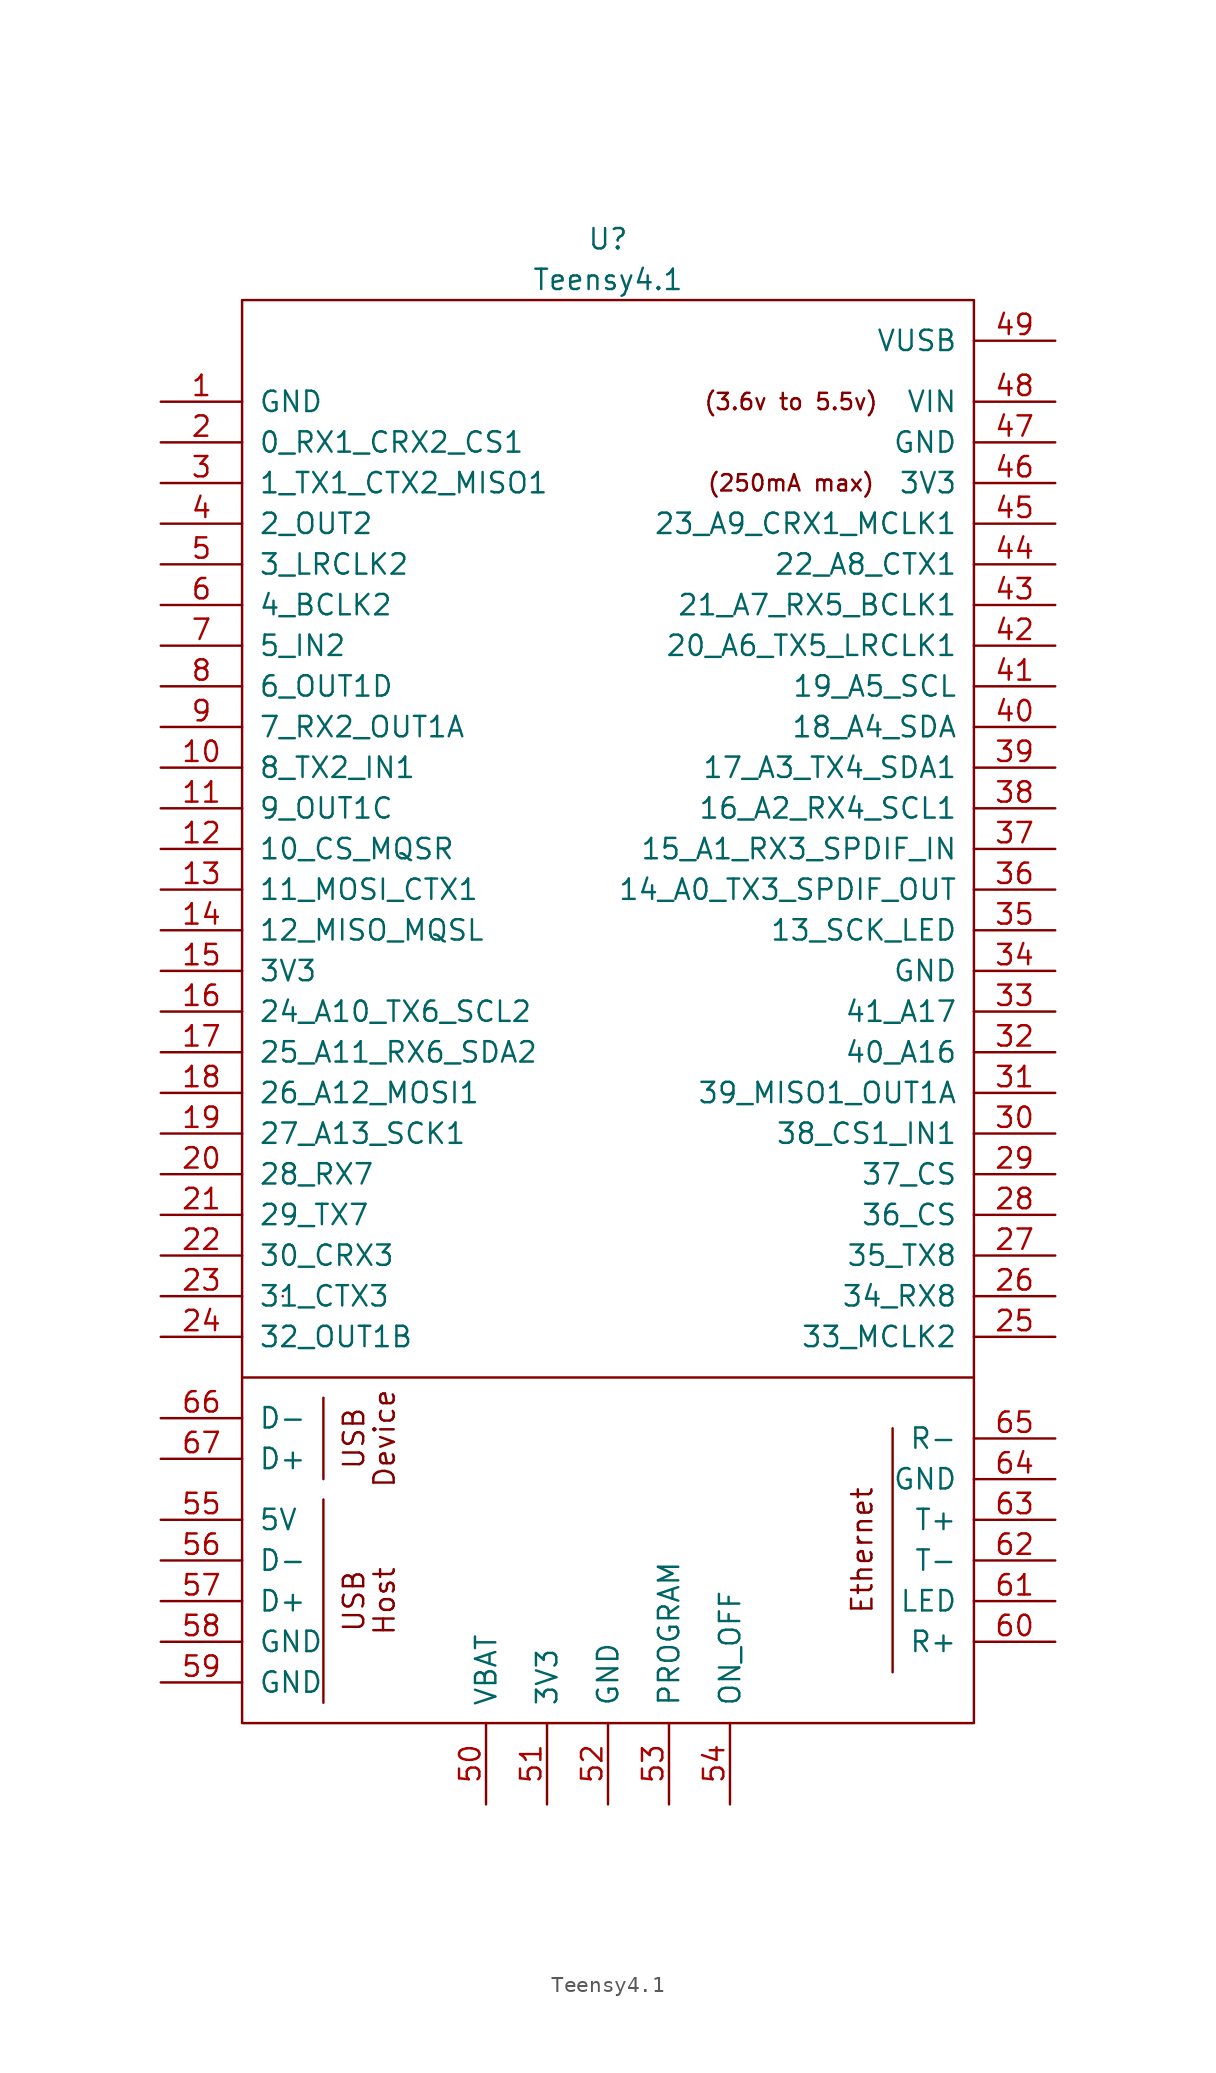
<source format=kicad_sym>
(kicad_symbol_lib
  (version 20211014)
  (generator kicad_symbol_editor)
  (symbol "Teensy4.1"
    (pin_names
      (offset 1.016))
    (property "Reference" "U"
      (at 0 64.77 0)
      (effects (font (size 1.27 1.27))))
    (property "Value" "Teensy4.1"
      (at 0 62.23 0)
      (effects (font (size 1.27 1.27))))
    (symbol "Teensy4.1_0_0"
      (polyline (pts (xy -22.86 -6.35) (xy 22.86 -6.35)) (stroke (width 0) (type default) (color 0 0 0 0)) (fill (type none)))
      (polyline (pts (xy -17.78 -26.67) (xy -17.78 -13.97)) (stroke (width 0) (type default) (color 0 0 0 0)) (fill (type none)))
      (polyline (pts (xy -17.78 -7.62) (xy -17.78 -12.7)) (stroke (width 0) (type default) (color 0 0 0 0)) (fill (type none)))
      (polyline (pts (xy 17.78 -9.525) (xy 17.78 -24.765)) (stroke (width 0) (type default) (color 0 0 0 0)) (fill (type none)))
      (text "(250mA max)" (at 11.43 49.53 0) (effects (font (size 1.016 1.016))))
      (text "(3.6v to 5.5v)" (at 11.43 54.61 0) (effects (font (size 1.016 1.016))))
      (text "Device" (at -13.97 -10.16 900) (effects (font (size 1.27 1.27))))
      (text "Ethernet" (at 15.875 -17.145 900) (effects (font (size 1.27 1.27))))
      (text "Host" (at -13.97 -20.32 900) (effects (font (size 1.27 1.27))))
      (text "USB" (at -15.875 -20.32 900) (effects (font (size 1.27 1.27))))
      (text "USB" (at -15.875 -10.16 900) (effects (font (size 1.27 1.27))))
      (pin bidirectional line (at -27.94 31.75 0) (length 5.08) (name "8_TX2_IN1" (effects (font (size 1.27 1.27)))) (number "10" (effects (font (size 1.27 1.27)))))
      (pin bidirectional line (at -27.94 29.21 0) (length 5.08) (name "9_OUT1C" (effects (font (size 1.27 1.27)))) (number "11" (effects (font (size 1.27 1.27)))))
      (pin bidirectional line (at -27.94 26.67 0) (length 5.08) (name "10_CS_MQSR" (effects (font (size 1.27 1.27)))) (number "12" (effects (font (size 1.27 1.27)))))
      (pin bidirectional line (at -27.94 24.13 0) (length 5.08) (name "11_MOSI_CTX1" (effects (font (size 1.27 1.27)))) (number "13" (effects (font (size 1.27 1.27)))))
      (pin bidirectional line (at -27.94 21.59 0) (length 5.08) (name "12_MISO_MQSL" (effects (font (size 1.27 1.27)))) (number "14" (effects (font (size 1.27 1.27)))))
      (pin power_in line (at -27.94 19.05 0) (length 5.08) (name "3V3" (effects (font (size 1.27 1.27)))) (number "15" (effects (font (size 1.27 1.27)))))
      (pin bidirectional line (at -27.94 16.51 0) (length 5.08) (name "24_A10_TX6_SCL2" (effects (font (size 1.27 1.27)))) (number "16" (effects (font (size 1.27 1.27)))))
      (pin bidirectional line (at -27.94 13.97 0) (length 5.08) (name "25_A11_RX6_SDA2" (effects (font (size 1.27 1.27)))) (number "17" (effects (font (size 1.27 1.27)))))
      (pin bidirectional line (at -27.94 11.43 0) (length 5.08) (name "26_A12_MOSI1" (effects (font (size 1.27 1.27)))) (number "18" (effects (font (size 1.27 1.27)))))
      (pin bidirectional line (at -27.94 8.89 0) (length 5.08) (name "27_A13_SCK1" (effects (font (size 1.27 1.27)))) (number "19" (effects (font (size 1.27 1.27)))))
      (pin bidirectional line (at -27.94 6.35 0) (length 5.08) (name "28_RX7" (effects (font (size 1.27 1.27)))) (number "20" (effects (font (size 1.27 1.27)))))
      (pin bidirectional line (at -27.94 3.81 0) (length 5.08) (name "29_TX7" (effects (font (size 1.27 1.27)))) (number "21" (effects (font (size 1.27 1.27)))))
      (pin bidirectional line (at -27.94 1.27 0) (length 5.08) (name "30_CRX3" (effects (font (size 1.27 1.27)))) (number "22" (effects (font (size 1.27 1.27)))))
      (pin bidirectional line (at -27.94 -1.27 0) (length 5.08) (name "31_CTX3" (effects (font (size 1.27 1.27)))) (number "23" (effects (font (size 1.27 1.27)))))
      (pin bidirectional line (at -27.94 -3.81 0) (length 5.08) (name "32_OUT1B" (effects (font (size 1.27 1.27)))) (number "24" (effects (font (size 1.27 1.27)))))
      (pin bidirectional line (at 27.94 -3.81 180) (length 5.08) (name "33_MCLK2" (effects (font (size 1.27 1.27)))) (number "25" (effects (font (size 1.27 1.27)))))
      (pin bidirectional line (at 27.94 -1.27 180) (length 5.08) (name "34_RX8" (effects (font (size 1.27 1.27)))) (number "26" (effects (font (size 1.27 1.27)))))
      (pin bidirectional line (at 27.94 1.27 180) (length 5.08) (name "35_TX8" (effects (font (size 1.27 1.27)))) (number "27" (effects (font (size 1.27 1.27)))))
      (pin bidirectional line (at 27.94 3.81 180) (length 5.08) (name "36_CS" (effects (font (size 1.27 1.27)))) (number "28" (effects (font (size 1.27 1.27)))))
      (pin bidirectional line (at 27.94 6.35 180) (length 5.08) (name "37_CS" (effects (font (size 1.27 1.27)))) (number "29" (effects (font (size 1.27 1.27)))))
      (pin bidirectional line (at 27.94 8.89 180) (length 5.08) (name "38_CS1_IN1" (effects (font (size 1.27 1.27)))) (number "30" (effects (font (size 1.27 1.27)))))
      (pin bidirectional line (at 27.94 11.43 180) (length 5.08) (name "39_MISO1_OUT1A" (effects (font (size 1.27 1.27)))) (number "31" (effects (font (size 1.27 1.27)))))
      (pin bidirectional line (at 27.94 13.97 180) (length 5.08) (name "40_A16" (effects (font (size 1.27 1.27)))) (number "32" (effects (font (size 1.27 1.27)))))
      (pin bidirectional line (at 27.94 16.51 180) (length 5.08) (name "41_A17" (effects (font (size 1.27 1.27)))) (number "33" (effects (font (size 1.27 1.27)))))
      (pin bidirectional line (at 27.94 21.59 180) (length 5.08) (name "13_SCK_LED" (effects (font (size 1.27 1.27)))) (number "35" (effects (font (size 1.27 1.27)))))
      (pin bidirectional line (at 27.94 24.13 180) (length 5.08) (name "14_A0_TX3_SPDIF_OUT" (effects (font (size 1.27 1.27)))) (number "36" (effects (font (size 1.27 1.27)))))
      (pin bidirectional line (at 27.94 26.67 180) (length 5.08) (name "15_A1_RX3_SPDIF_IN" (effects (font (size 1.27 1.27)))) (number "37" (effects (font (size 1.27 1.27)))))
      (pin bidirectional line (at 27.94 29.21 180) (length 5.08) (name "16_A2_RX4_SCL1" (effects (font (size 1.27 1.27)))) (number "38" (effects (font (size 1.27 1.27)))))
      (pin bidirectional line (at 27.94 31.75 180) (length 5.08) (name "17_A3_TX4_SDA1" (effects (font (size 1.27 1.27)))) (number "39" (effects (font (size 1.27 1.27)))))
      (pin bidirectional line (at 27.94 34.29 180) (length 5.08) (name "18_A4_SDA" (effects (font (size 1.27 1.27)))) (number "40" (effects (font (size 1.27 1.27)))))
      (pin bidirectional line (at 27.94 36.83 180) (length 5.08) (name "19_A5_SCL" (effects (font (size 1.27 1.27)))) (number "41" (effects (font (size 1.27 1.27)))))
      (pin bidirectional line (at 27.94 39.37 180) (length 5.08) (name "20_A6_TX5_LRCLK1" (effects (font (size 1.27 1.27)))) (number "42" (effects (font (size 1.27 1.27)))))
      (pin bidirectional line (at 27.94 41.91 180) (length 5.08) (name "21_A7_RX5_BCLK1" (effects (font (size 1.27 1.27)))) (number "43" (effects (font (size 1.27 1.27)))))
      (pin bidirectional line (at 27.94 44.45 180) (length 5.08) (name "22_A8_CTX1" (effects (font (size 1.27 1.27)))) (number "44" (effects (font (size 1.27 1.27)))))
      (pin bidirectional line (at 27.94 46.99 180) (length 5.08) (name "23_A9_CRX1_MCLK1" (effects (font (size 1.27 1.27)))) (number "45" (effects (font (size 1.27 1.27)))))
      (pin output line (at 27.94 49.53 180) (length 5.08) (name "3V3" (effects (font (size 1.27 1.27)))) (number "46" (effects (font (size 1.27 1.27)))))
      (pin output line (at 27.94 52.07 180) (length 5.08) (name "GND" (effects (font (size 1.27 1.27)))) (number "47" (effects (font (size 1.27 1.27)))))
      (pin power_in line (at 27.94 54.61 180) (length 5.08) (name "VIN" (effects (font (size 1.27 1.27)))) (number "48" (effects (font (size 1.27 1.27)))))
      (pin power_out line (at 27.94 58.42 180) (length 5.08) (name "VUSB" (effects (font (size 1.27 1.27)))) (number "49" (effects (font (size 1.27 1.27)))))
      (pin bidirectional line (at -27.94 44.45 0) (length 5.08) (name "3_LRCLK2" (effects (font (size 1.27 1.27)))) (number "5" (effects (font (size 1.27 1.27)))))
      (pin power_in line (at -7.62 -33.02 90) (length 5.08) (name "VBAT" (effects (font (size 1.27 1.27)))) (number "50" (effects (font (size 1.27 1.27)))))
      (pin power_in line (at -3.81 -33.02 90) (length 5.08) (name "3V3" (effects (font (size 1.27 1.27)))) (number "51" (effects (font (size 1.27 1.27)))))
      (pin input line (at 0 -33.02 90) (length 5.08) (name "GND" (effects (font (size 1.27 1.27)))) (number "52" (effects (font (size 1.27 1.27)))))
      (pin input line (at 3.81 -33.02 90) (length 5.08) (name "PROGRAM" (effects (font (size 1.27 1.27)))) (number "53" (effects (font (size 1.27 1.27)))))
      (pin input line (at 7.62 -33.02 90) (length 5.08) (name "ON_OFF" (effects (font (size 1.27 1.27)))) (number "54" (effects (font (size 1.27 1.27)))))
      (pin power_out line (at -27.94 -15.24 0) (length 5.08) (name "5V" (effects (font (size 1.27 1.27)))) (number "55" (effects (font (size 1.27 1.27)))))
      (pin bidirectional line (at -27.94 -17.78 0) (length 5.08) (name "D-" (effects (font (size 1.27 1.27)))) (number "56" (effects (font (size 1.27 1.27)))))
      (pin bidirectional line (at -27.94 -20.32 0) (length 5.08) (name "D+" (effects (font (size 1.27 1.27)))) (number "57" (effects (font (size 1.27 1.27)))))
      (pin power_in line (at -27.94 -22.86 0) (length 5.08) (name "GND" (effects (font (size 1.27 1.27)))) (number "58" (effects (font (size 1.27 1.27)))))
      (pin power_in line (at -27.94 -25.4 0) (length 5.08) (name "GND" (effects (font (size 1.27 1.27)))) (number "59" (effects (font (size 1.27 1.27)))))
      (pin bidirectional line (at -27.94 41.91 0) (length 5.08) (name "4_BCLK2" (effects (font (size 1.27 1.27)))) (number "6" (effects (font (size 1.27 1.27)))))
      (pin bidirectional line (at 27.94 -22.86 180) (length 5.08) (name "R+" (effects (font (size 1.27 1.27)))) (number "60" (effects (font (size 1.27 1.27)))))
      (pin bidirectional line (at 27.94 -20.32 180) (length 5.08) (name "LED" (effects (font (size 1.27 1.27)))) (number "61" (effects (font (size 1.27 1.27)))))
      (pin bidirectional line (at 27.94 -17.78 180) (length 5.08) (name "T-" (effects (font (size 1.27 1.27)))) (number "62" (effects (font (size 1.27 1.27)))))
      (pin bidirectional line (at 27.94 -15.24 180) (length 5.08) (name "T+" (effects (font (size 1.27 1.27)))) (number "63" (effects (font (size 1.27 1.27)))))
      (pin power_in line (at 27.94 -12.7 180) (length 5.08) (name "GND" (effects (font (size 1.27 1.27)))) (number "64" (effects (font (size 1.27 1.27)))))
      (pin bidirectional line (at 27.94 -10.16 180) (length 5.08) (name "R-" (effects (font (size 1.27 1.27)))) (number "65" (effects (font (size 1.27 1.27)))))
      (pin bidirectional line (at -27.94 -8.89 0) (length 5.08) (name "D-" (effects (font (size 1.27 1.27)))) (number "66" (effects (font (size 1.27 1.27)))))
      (pin bidirectional line (at -27.94 -11.43 0) (length 5.08) (name "D+" (effects (font (size 1.27 1.27)))) (number "67" (effects (font (size 1.27 1.27)))))
      (pin bidirectional line (at -27.94 39.37 0) (length 5.08) (name "5_IN2" (effects (font (size 1.27 1.27)))) (number "7" (effects (font (size 1.27 1.27)))))
      (pin bidirectional line (at -27.94 36.83 0) (length 5.08) (name "6_OUT1D" (effects (font (size 1.27 1.27)))) (number "8" (effects (font (size 1.27 1.27)))))
      (pin bidirectional line (at -27.94 34.29 0) (length 5.08) (name "7_RX2_OUT1A" (effects (font (size 1.27 1.27)))) (number "9" (effects (font (size 1.27 1.27))))))
    (symbol "Teensy4.1_0_1"
      (rectangle (start -22.86 60.96) (end 22.86 -27.94) (stroke (width 0) (type default) (color 0 0 0 0)) (fill (type none)))
      (rectangle (start -20.32 -1.27) (end -20.32 -1.27) (stroke (width 0) (type default) (color 0 0 0 0)) (fill (type none))))
    (symbol "Teensy4.1_1_1"
      (pin power_in line (at -27.94 54.61 0) (length 5.08) (name "GND" (effects (font (size 1.27 1.27)))) (number "1" (effects (font (size 1.27 1.27)))))
      (pin bidirectional line (at -27.94 52.07 0) (length 5.08) (name "0_RX1_CRX2_CS1" (effects (font (size 1.27 1.27)))) (number "2" (effects (font (size 1.27 1.27)))))
      (pin bidirectional line (at -27.94 49.53 0) (length 5.08) (name "1_TX1_CTX2_MISO1" (effects (font (size 1.27 1.27)))) (number "3" (effects (font (size 1.27 1.27)))))
      (pin power_in line (at 27.94 19.05 180) (length 5.08) (name "GND" (effects (font (size 1.27 1.27)))) (number "34" (effects (font (size 1.27 1.27)))))
      (pin bidirectional line (at -27.94 46.99 0) (length 5.08) (name "2_OUT2" (effects (font (size 1.27 1.27)))) (number "4" (effects (font (size 1.27 1.27))))))))
</source>
